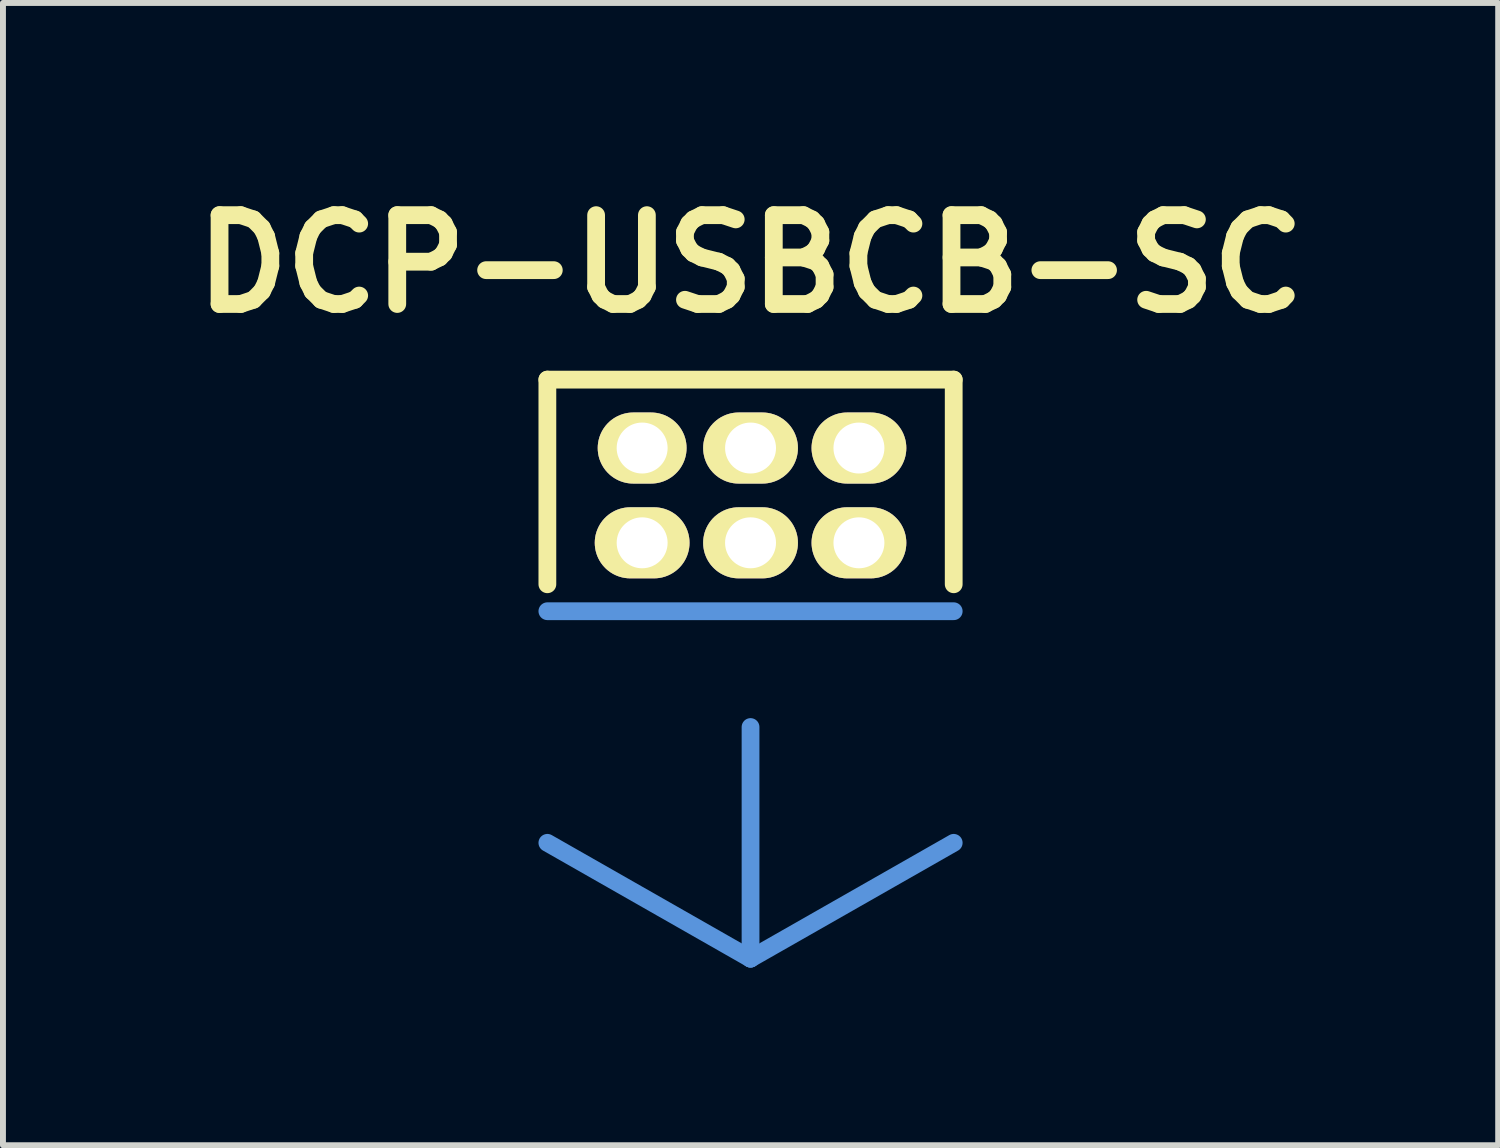
<source format=kicad_pcb>
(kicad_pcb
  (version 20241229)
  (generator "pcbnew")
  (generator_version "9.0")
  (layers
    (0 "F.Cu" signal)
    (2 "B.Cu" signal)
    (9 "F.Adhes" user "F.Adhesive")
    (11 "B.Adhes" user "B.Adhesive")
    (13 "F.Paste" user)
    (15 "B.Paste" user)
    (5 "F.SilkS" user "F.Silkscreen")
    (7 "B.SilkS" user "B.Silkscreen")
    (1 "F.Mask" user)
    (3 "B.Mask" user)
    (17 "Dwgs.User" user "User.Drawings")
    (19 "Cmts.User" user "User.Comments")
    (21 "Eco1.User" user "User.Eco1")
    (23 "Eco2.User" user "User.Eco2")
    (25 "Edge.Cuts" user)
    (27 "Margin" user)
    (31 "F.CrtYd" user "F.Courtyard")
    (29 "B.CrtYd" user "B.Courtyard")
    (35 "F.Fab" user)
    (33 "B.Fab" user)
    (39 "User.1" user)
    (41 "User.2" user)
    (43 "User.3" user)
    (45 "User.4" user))
  (footprint "DCP-USBCB-SC"
    (layer "F.Cu")
    (at 9.621 5.314)
    (property "Reference" "DCP-USBCB-SC" (at 0 -3.91 0) (layer "F.SilkS") (effects (font (size 1.5 1.5) (thickness 0.3))))
    (attr through_hole)
    (fp_line (start -3.43 -1.955) (end -3.43 1.5) (stroke (width 0.3) (type solid)) (layer "F.SilkS"))
    (fp_line (start 3.43 -1.955) (end -3.43 -1.955) (stroke (width 0.3) (type solid)) (layer "F.SilkS"))
    (fp_line (start 3.43 1.5) (end 3.43 -1.955) (stroke (width 0.3) (type solid)) (layer "F.SilkS"))
    (fp_line (start -3.43 1.955) (end 3.43 1.955) (stroke (width 0.3) (type solid)) (layer "Cmts.User"))
    (fp_line (start 0 3.91) (end 0 7.82) (stroke (width 0.3) (type solid)) (layer "Cmts.User"))
    (fp_line (start 0 7.82) (end -3.43 5.865) (stroke (width 0.3) (type solid)) (layer "Cmts.User"))
    (fp_line (start 0 7.82) (end 3.43 5.865) (stroke (width 0.3) (type solid)) (layer "Cmts.User"))
    (pad "1" thru_hole oval (at -1.83 -0.8) (size 1.5 1.2) (drill 0.86) (layers "*.Cu" "*.Mask" "F.SilkS"))
    (pad "2" thru_hole oval (at -1.83 0.8) (size 1.6 1.2) (drill 0.86) (layers "*.Cu" "*.Mask" "F.SilkS"))
    (pad "3" thru_hole oval (at 0 0.8) (size 1.6 1.2) (drill 0.86) (layers "*.Cu" "*.Mask" "F.SilkS"))
    (pad "4" thru_hole oval (at 0 -0.8) (size 1.6 1.2) (drill 0.86) (layers "*.Cu" "*.Mask" "F.SilkS"))
    (pad "5" thru_hole oval (at 1.83 -0.8) (size 1.6 1.2) (drill 0.86) (layers "*.Cu" "*.Mask" "F.SilkS"))
    (pad "6" thru_hole oval (at 1.83 0.8) (size 1.6 1.2) (drill 0.86) (layers "*.Cu" "*.Mask" "F.SilkS")))
  (gr_rect
    (start -3 -3)
    (end 22.243 16.284)
    (stroke (width 0.1) (type default))
    (fill no)
    (layer "Edge.Cuts")))
</source>
